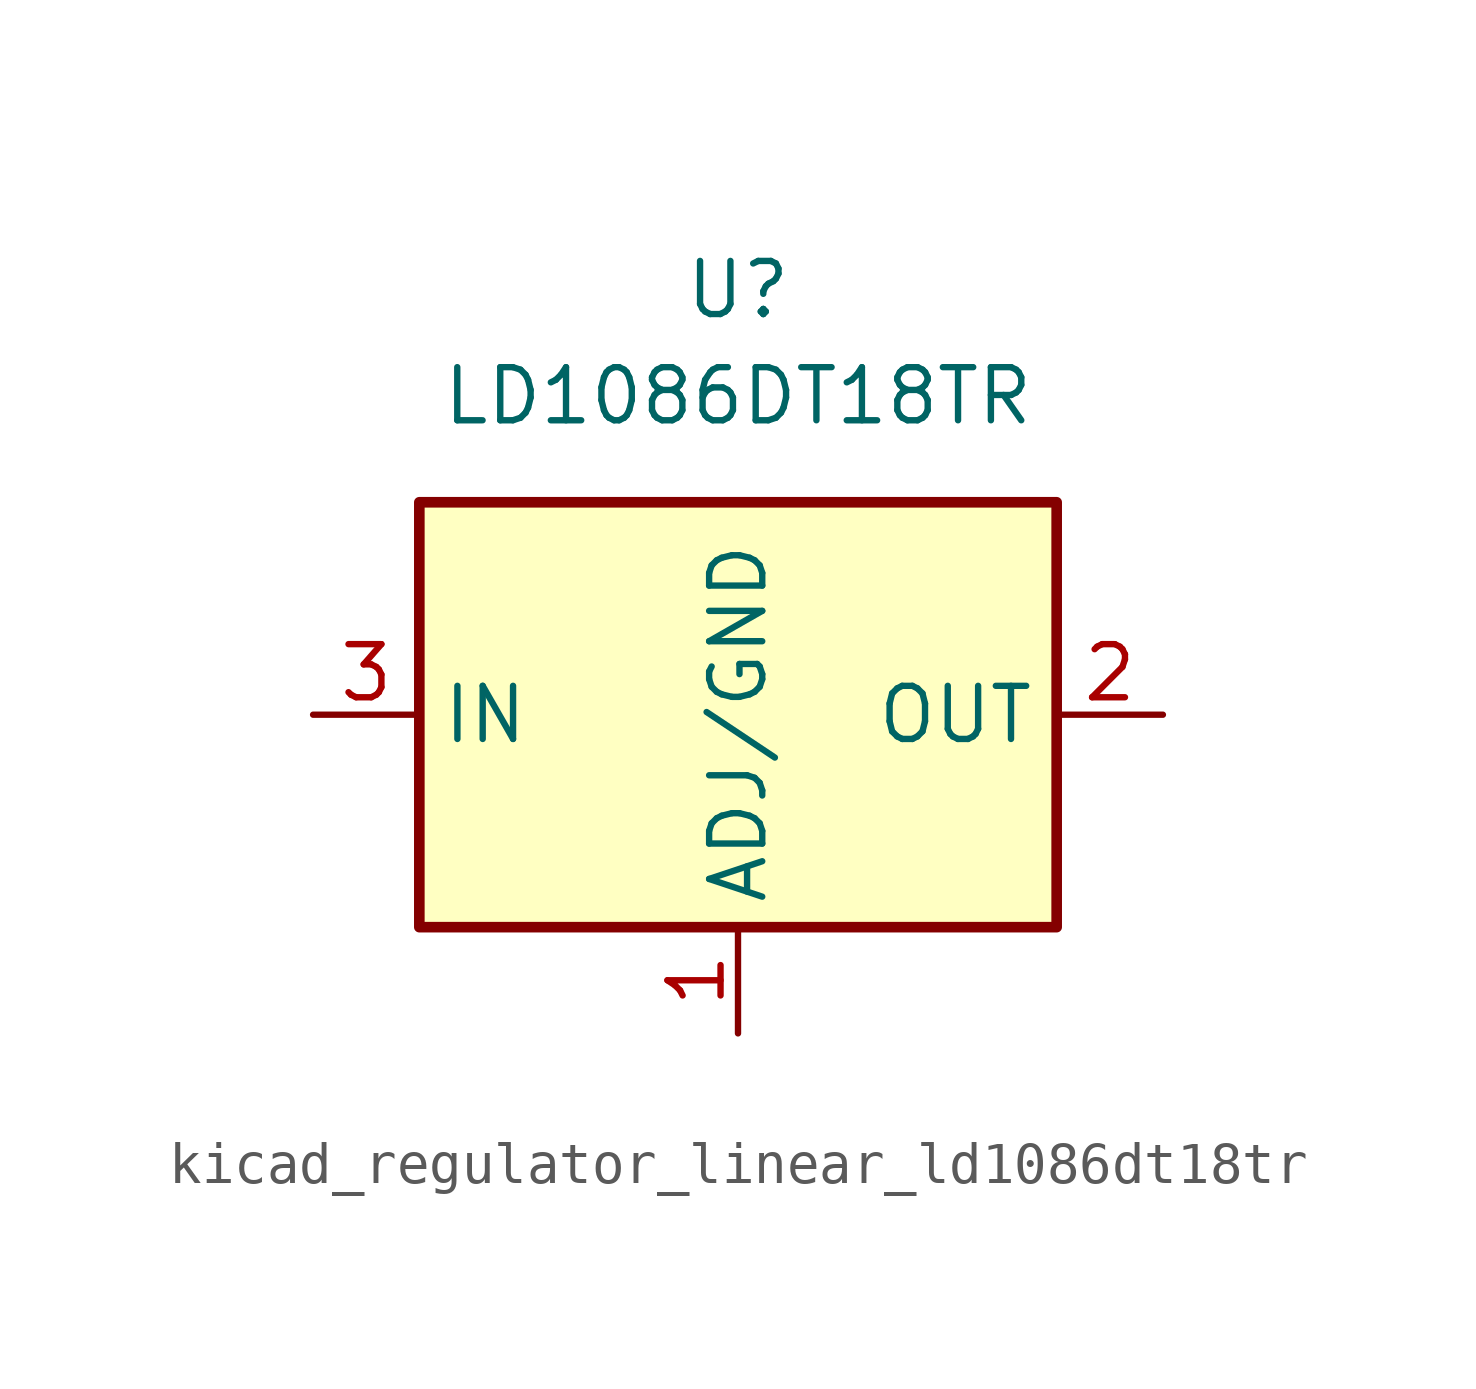
<source format=kicad_sym>
(kicad_symbol_lib
  (version 20220914)
  (generator kicad_symbol_editor)
  (symbol "kicad_regulator_linear_ld1086dt18tr"
    (property "Reference" "U"
      (at 0 10.16 0)
      (effects (font (size 1.27 1.27))))
    (property "Value" "LD1086DT18TR"
      (at 0 7.62 0)
      (effects (font (size 1.27 1.27))))
    (symbol "kicad_regulator_linear_ld1086dt18tr_1_1"
      (rectangle (start -7.62 -5.08) (end 7.62 5.08) (stroke (width 0.254) (type default)) (fill (type background)))
      (pin input line (at 0 -7.62 90) (length 2.54) (name "ADJ/GND" (effects (font (size 1.27 1.27)))) (number "1" (effects (font (size 1.27 1.27)))))
      (pin power_out line (at 10.16 0 180) (length 2.54) (name "OUT" (effects (font (size 1.27 1.27)))) (number "2" (effects (font (size 1.27 1.27)))))
      (pin power_in line (at -10.16 0 0) (length 2.54) (name "IN" (effects (font (size 1.27 1.27)))) (number "3" (effects (font (size 1.27 1.27))))))))
</source>
